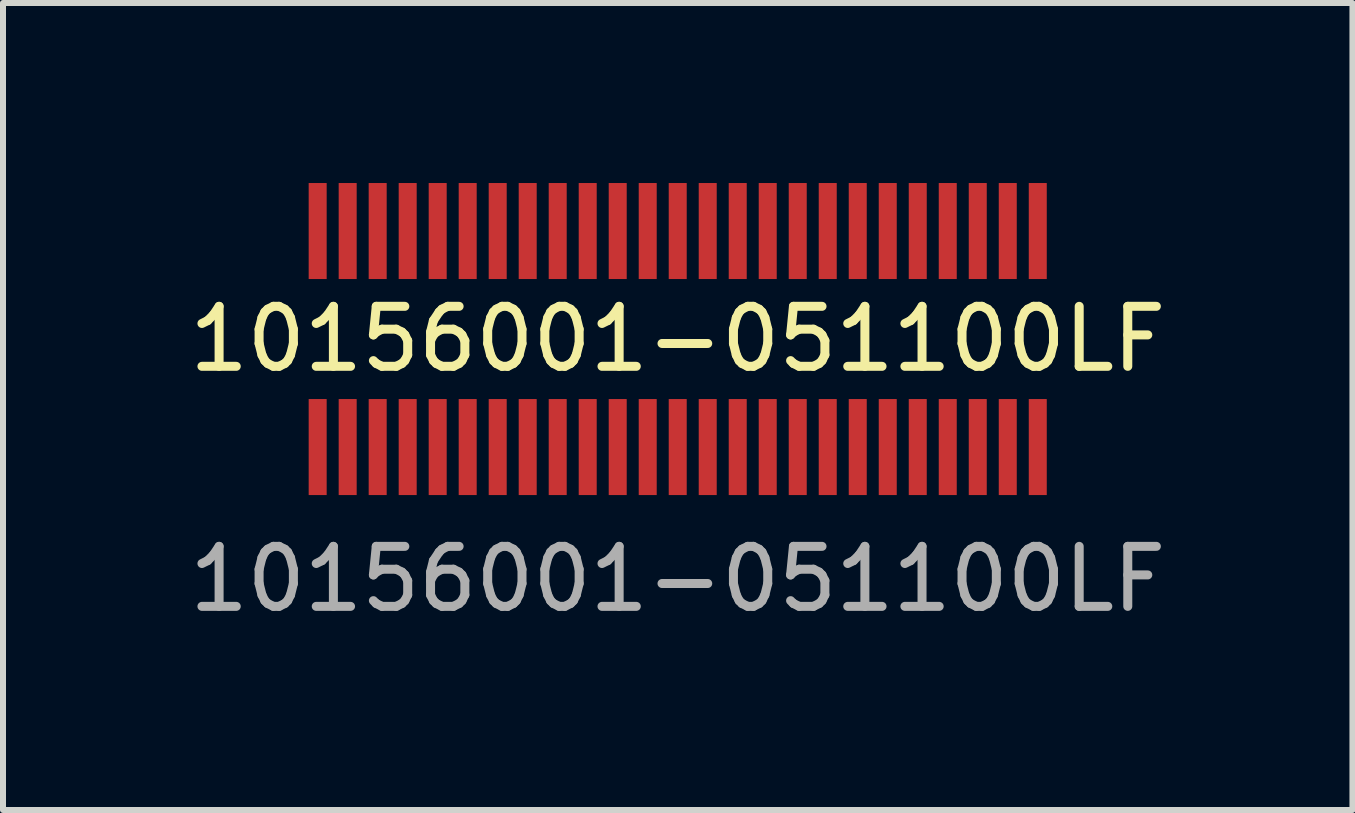
<source format=kicad_pcb>
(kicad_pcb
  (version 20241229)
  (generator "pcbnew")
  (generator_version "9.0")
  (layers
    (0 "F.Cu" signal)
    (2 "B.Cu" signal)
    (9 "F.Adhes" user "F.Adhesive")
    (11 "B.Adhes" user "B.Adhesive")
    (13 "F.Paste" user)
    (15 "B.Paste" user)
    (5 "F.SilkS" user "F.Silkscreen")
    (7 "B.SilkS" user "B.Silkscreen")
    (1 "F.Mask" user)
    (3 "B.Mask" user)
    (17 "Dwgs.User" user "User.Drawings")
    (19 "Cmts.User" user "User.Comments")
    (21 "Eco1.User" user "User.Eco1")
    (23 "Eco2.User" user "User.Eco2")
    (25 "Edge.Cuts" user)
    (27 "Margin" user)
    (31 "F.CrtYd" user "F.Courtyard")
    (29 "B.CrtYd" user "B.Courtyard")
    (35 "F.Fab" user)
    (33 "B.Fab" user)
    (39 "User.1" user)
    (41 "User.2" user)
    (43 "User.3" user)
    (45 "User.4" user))
  (footprint "10156001-051100LF"
    (layer "F.Cu")
    (at 8.244 2.6)
    (property "Reference" "10156001-051100LF" (at 0 0 0) (unlocked yes) (layer "F.SilkS") (effects (font (size 1 1) (thickness 0.15))))
    (attr smd)
    (fp_text user "${REFERENCE}" (at 0 4 0) (unlocked yes) (layer "F.Fab") (effects (font (size 1 1) (thickness 0.15))))
    (pad "1" smd rect (at -6 -1.8) (size 0.3 1.6) (layers "F.Cu" "F.Mask" "F.Paste"))
    (pad "2" smd rect (at -5.5 -1.8) (size 0.3 1.6) (layers "F.Cu" "F.Mask" "F.Paste"))
    (pad "3" smd rect (at -5 -1.8) (size 0.3 1.6) (layers "F.Cu" "F.Mask" "F.Paste"))
    (pad "4" smd rect (at -4.5 -1.8) (size 0.3 1.6) (layers "F.Cu" "F.Mask" "F.Paste"))
    (pad "5" smd rect (at -4 -1.8) (size 0.3 1.6) (layers "F.Cu" "F.Mask" "F.Paste"))
    (pad "6" smd rect (at -3.5 -1.8) (size 0.3 1.6) (layers "F.Cu" "F.Mask" "F.Paste"))
    (pad "7" smd rect (at -3 -1.8) (size 0.3 1.6) (layers "F.Cu" "F.Mask" "F.Paste"))
    (pad "8" smd rect (at -2.5 -1.8) (size 0.3 1.6) (layers "F.Cu" "F.Mask" "F.Paste"))
    (pad "9" smd rect (at -2 -1.8) (size 0.3 1.6) (layers "F.Cu" "F.Mask" "F.Paste"))
    (pad "10" smd rect (at -1.5 -1.8) (size 0.3 1.6) (layers "F.Cu" "F.Mask" "F.Paste"))
    (pad "11" smd rect (at -1 -1.8) (size 0.3 1.6) (layers "F.Cu" "F.Mask" "F.Paste"))
    (pad "12" smd rect (at -0.5 -1.8) (size 0.3 1.6) (layers "F.Cu" "F.Mask" "F.Paste"))
    (pad "13" smd rect (at 0 -1.8) (size 0.3 1.6) (layers "F.Cu" "F.Mask" "F.Paste"))
    (pad "14" smd rect (at 0.5 -1.8) (size 0.3 1.6) (layers "F.Cu" "F.Mask" "F.Paste"))
    (pad "15" smd rect (at 1 -1.8) (size 0.3 1.6) (layers "F.Cu" "F.Mask" "F.Paste"))
    (pad "16" smd rect (at 1.5 -1.8) (size 0.3 1.6) (layers "F.Cu" "F.Mask" "F.Paste"))
    (pad "17" smd rect (at 2 -1.8) (size 0.3 1.6) (layers "F.Cu" "F.Mask" "F.Paste"))
    (pad "18" smd rect (at 2.5 -1.8) (size 0.3 1.6) (layers "F.Cu" "F.Mask" "F.Paste"))
    (pad "19" smd rect (at 3 -1.8) (size 0.3 1.6) (layers "F.Cu" "F.Mask" "F.Paste"))
    (pad "20" smd rect (at 3.5 -1.8) (size 0.3 1.6) (layers "F.Cu" "F.Mask" "F.Paste"))
    (pad "21" smd rect (at 4 -1.8) (size 0.3 1.6) (layers "F.Cu" "F.Mask" "F.Paste"))
    (pad "22" smd rect (at 4.5 -1.8) (size 0.3 1.6) (layers "F.Cu" "F.Mask" "F.Paste"))
    (pad "23" smd rect (at 5 -1.8) (size 0.3 1.6) (layers "F.Cu" "F.Mask" "F.Paste"))
    (pad "24" smd rect (at 5.5 -1.8) (size 0.3 1.6) (layers "F.Cu" "F.Mask" "F.Paste"))
    (pad "25" smd rect (at 6 -1.8) (size 0.3 1.6) (layers "F.Cu" "F.Mask" "F.Paste"))
    (pad "26" smd rect (at 6 1.8) (size 0.3 1.6) (layers "F.Cu" "F.Mask" "F.Paste"))
    (pad "27" smd rect (at 5.5 1.8) (size 0.3 1.6) (layers "F.Cu" "F.Mask" "F.Paste"))
    (pad "28" smd rect (at 5 1.8) (size 0.3 1.6) (layers "F.Cu" "F.Mask" "F.Paste"))
    (pad "29" smd rect (at 4.5 1.8) (size 0.3 1.6) (layers "F.Cu" "F.Mask" "F.Paste"))
    (pad "30" smd rect (at 4 1.8) (size 0.3 1.6) (layers "F.Cu" "F.Mask" "F.Paste"))
    (pad "31" smd rect (at 3.5 1.8) (size 0.3 1.6) (layers "F.Cu" "F.Mask" "F.Paste"))
    (pad "32" smd rect (at 3 1.8) (size 0.3 1.6) (layers "F.Cu" "F.Mask" "F.Paste"))
    (pad "33" smd rect (at 2.5 1.8) (size 0.3 1.6) (layers "F.Cu" "F.Mask" "F.Paste"))
    (pad "34" smd rect (at 2 1.8) (size 0.3 1.6) (layers "F.Cu" "F.Mask" "F.Paste"))
    (pad "35" smd rect (at 1.5 1.8) (size 0.3 1.6) (layers "F.Cu" "F.Mask" "F.Paste"))
    (pad "36" smd rect (at 1 1.8) (size 0.3 1.6) (layers "F.Cu" "F.Mask" "F.Paste"))
    (pad "37" smd rect (at 0.5 1.8) (size 0.3 1.6) (layers "F.Cu" "F.Mask" "F.Paste"))
    (pad "38" smd rect (at 0 1.8) (size 0.3 1.6) (layers "F.Cu" "F.Mask" "F.Paste"))
    (pad "39" smd rect (at -0.5 1.8) (size 0.3 1.6) (layers "F.Cu" "F.Mask" "F.Paste"))
    (pad "40" smd rect (at -1 1.8) (size 0.3 1.6) (layers "F.Cu" "F.Mask" "F.Paste"))
    (pad "41" smd rect (at -1.5 1.8) (size 0.3 1.6) (layers "F.Cu" "F.Mask" "F.Paste"))
    (pad "42" smd rect (at -2 1.8) (size 0.3 1.6) (layers "F.Cu" "F.Mask" "F.Paste"))
    (pad "43" smd rect (at -2.5 1.8) (size 0.3 1.6) (layers "F.Cu" "F.Mask" "F.Paste"))
    (pad "44" smd rect (at -3 1.8) (size 0.3 1.6) (layers "F.Cu" "F.Mask" "F.Paste"))
    (pad "45" smd rect (at -3.5 1.8) (size 0.3 1.6) (layers "F.Cu" "F.Mask" "F.Paste"))
    (pad "46" smd rect (at -4 1.8) (size 0.3 1.6) (layers "F.Cu" "F.Mask" "F.Paste"))
    (pad "47" smd rect (at -4.5 1.8) (size 0.3 1.6) (layers "F.Cu" "F.Mask" "F.Paste"))
    (pad "48" smd rect (at -5 1.8) (size 0.3 1.6) (layers "F.Cu" "F.Mask" "F.Paste"))
    (pad "49" smd rect (at -5.5 1.8) (size 0.3 1.6) (layers "F.Cu" "F.Mask" "F.Paste"))
    (pad "50" smd rect (at -6 1.8) (size 0.3 1.6) (layers "F.Cu" "F.Mask" "F.Paste")))
  (gr_rect
    (start -3 -3)
    (end 19.488 10.448)
    (stroke (width 0.1) (type default))
    (fill no)
    (layer "Edge.Cuts")))
</source>
